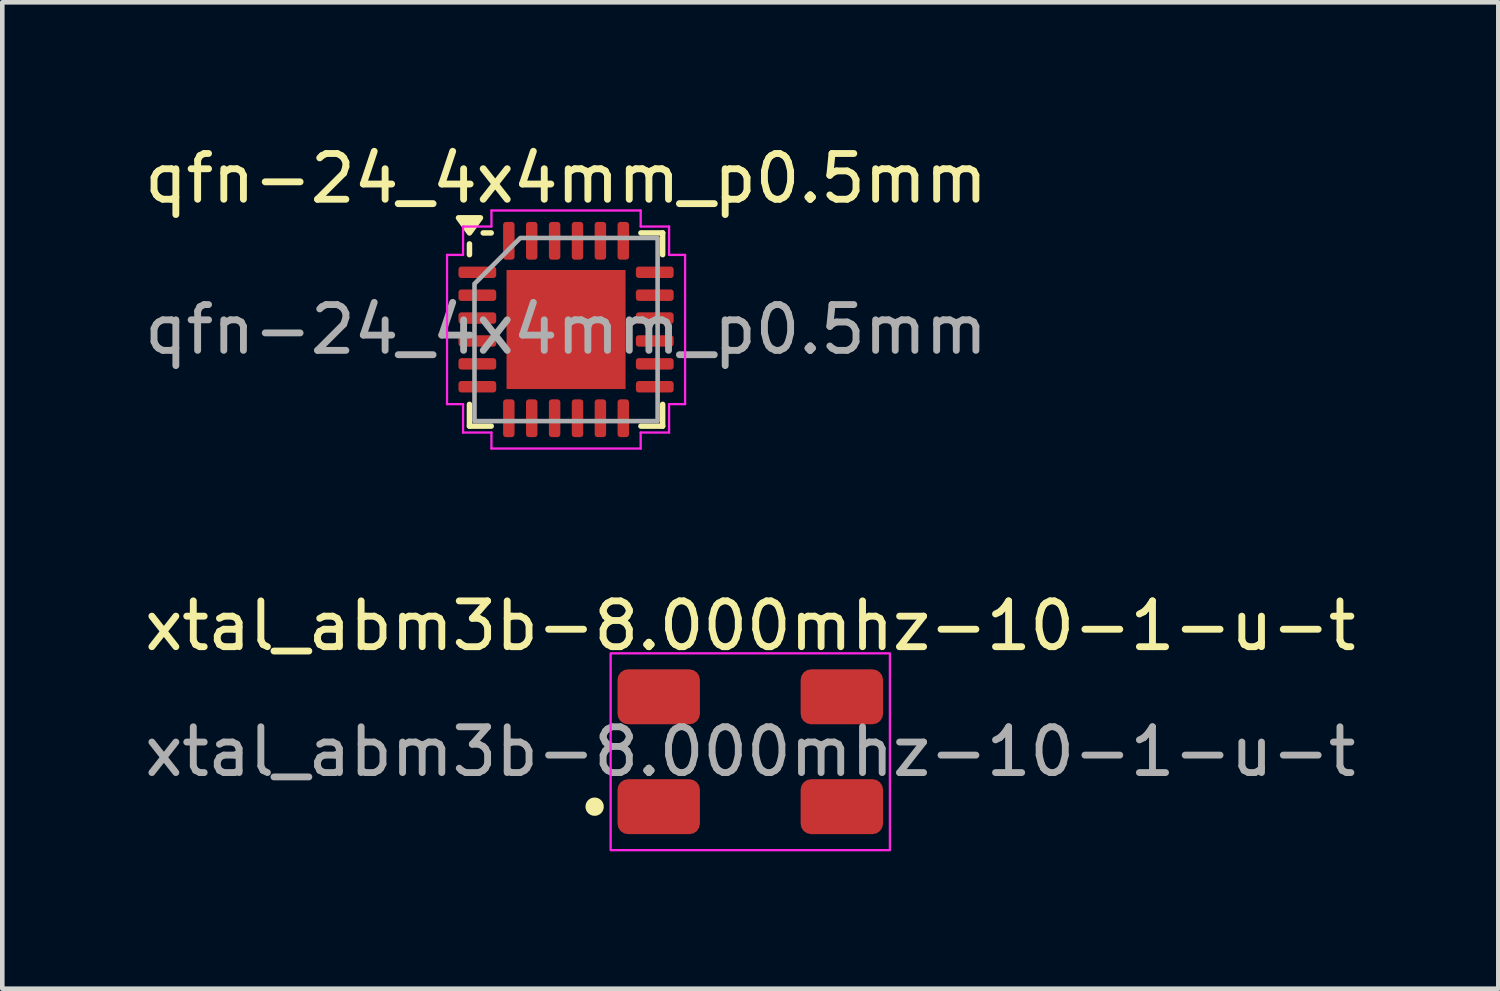
<source format=kicad_pcb>
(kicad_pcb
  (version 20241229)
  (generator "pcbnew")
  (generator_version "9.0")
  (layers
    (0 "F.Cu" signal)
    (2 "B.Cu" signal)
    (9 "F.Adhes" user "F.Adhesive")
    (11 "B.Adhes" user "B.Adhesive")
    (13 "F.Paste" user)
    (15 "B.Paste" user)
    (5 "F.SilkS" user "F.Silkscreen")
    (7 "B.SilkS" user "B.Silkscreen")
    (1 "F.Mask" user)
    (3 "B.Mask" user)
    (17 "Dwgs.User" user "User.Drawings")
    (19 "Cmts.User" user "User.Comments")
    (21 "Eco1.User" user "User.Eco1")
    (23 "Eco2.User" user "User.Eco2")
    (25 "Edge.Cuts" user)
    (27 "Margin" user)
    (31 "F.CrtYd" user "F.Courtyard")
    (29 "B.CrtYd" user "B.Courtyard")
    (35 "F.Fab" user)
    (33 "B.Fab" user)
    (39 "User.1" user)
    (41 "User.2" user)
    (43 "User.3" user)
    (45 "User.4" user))
  (footprint "xtal_abm3b-8.000mhz-10-1-u-t"
    (layer "F.Cu")
    (at 13.339 13.371)
    (property "Reference" "xtal_abm3b-8.000mhz-10-1-u-t" (at 0 -2.75 0) (layer "F.SilkS") (effects (font (size 1 1) (thickness 0.15))))
    (attr smd)
    (fp_circle (center -3.4 1.2) (end -3.2 1.2) (stroke (width 0) (type solid)) (fill yes) (layer "F.SilkS"))
    (fp_rect (start -3.05 -2.15) (end 3.05 2.15) (stroke (width 0.05) (type default)) (fill no) (layer "F.CrtYd"))
    (fp_text user "${REFERENCE}" (at 0 0 0) (layer "F.Fab") (effects (font (size 1 1) (thickness 0.15))))
    (pad "1" smd roundrect (at -2 1.2) (size 1.8 1.2) (layers "F.Cu" "F.Mask" "F.Paste") (roundrect_rratio 0.192))
    (pad "2" smd roundrect (at 2 1.2) (size 1.8 1.2) (layers "F.Cu" "F.Mask" "F.Paste") (roundrect_rratio 0.192))
    (pad "3" smd roundrect (at 2 -1.2) (size 1.8 1.2) (layers "F.Cu" "F.Mask" "F.Paste") (roundrect_rratio 0.192))
    (pad "4" smd roundrect (at -2 -1.2) (size 1.8 1.2) (layers "F.Cu" "F.Mask" "F.Paste") (roundrect_rratio 0.192)))
  (footprint "qfn-24_4x4mm_p0.5mm"
    (layer "F.Cu")
    (at 9.315 4.148)
    (property "Reference" "qfn-24_4x4mm_p0.5mm" (at 0 -3.3 0) (layer "F.SilkS") (effects (font (size 1 1) (thickness 0.15))))
    (attr smd)
    (fp_line (start -2.11 -1.635) (end -2.11 -1.87) (stroke (width 0.12) (type solid)) (layer "F.SilkS"))
    (fp_line (start -2.11 2.11) (end -2.11 1.635) (stroke (width 0.12) (type solid)) (layer "F.SilkS"))
    (fp_line (start -1.635 -2.11) (end -1.81 -2.11) (stroke (width 0.12) (type solid)) (layer "F.SilkS"))
    (fp_line (start -1.635 2.11) (end -2.11 2.11) (stroke (width 0.12) (type solid)) (layer "F.SilkS"))
    (fp_line (start 1.635 -2.11) (end 2.11 -2.11) (stroke (width 0.12) (type solid)) (layer "F.SilkS"))
    (fp_line (start 1.635 2.11) (end 2.11 2.11) (stroke (width 0.12) (type solid)) (layer "F.SilkS"))
    (fp_line (start 2.11 -2.11) (end 2.11 -1.635) (stroke (width 0.12) (type solid)) (layer "F.SilkS"))
    (fp_line (start 2.11 2.11) (end 2.11 1.635) (stroke (width 0.12) (type solid)) (layer "F.SilkS"))
    (fp_poly (pts (xy -2.11 -2.11) (xy -2.35 -2.44) (xy -1.87 -2.44)) (stroke (width 0.12) (type solid)) (fill yes) (layer "F.SilkS"))
    (fp_line (start -2.6 -1.63) (end -2.25 -1.63) (stroke (width 0.05) (type solid)) (layer "F.CrtYd"))
    (fp_line (start -2.6 1.63) (end -2.6 -1.63) (stroke (width 0.05) (type solid)) (layer "F.CrtYd"))
    (fp_line (start -2.25 -2.25) (end -1.63 -2.25) (stroke (width 0.05) (type solid)) (layer "F.CrtYd"))
    (fp_line (start -2.25 -1.63) (end -2.25 -2.25) (stroke (width 0.05) (type solid)) (layer "F.CrtYd"))
    (fp_line (start -2.25 1.63) (end -2.6 1.63) (stroke (width 0.05) (type solid)) (layer "F.CrtYd"))
    (fp_line (start -2.25 2.25) (end -2.25 1.63) (stroke (width 0.05) (type solid)) (layer "F.CrtYd"))
    (fp_line (start -1.63 -2.6) (end 1.63 -2.6) (stroke (width 0.05) (type solid)) (layer "F.CrtYd"))
    (fp_line (start -1.63 -2.25) (end -1.63 -2.6) (stroke (width 0.05) (type solid)) (layer "F.CrtYd"))
    (fp_line (start -1.63 2.25) (end -2.25 2.25) (stroke (width 0.05) (type solid)) (layer "F.CrtYd"))
    (fp_line (start -1.63 2.6) (end -1.63 2.25) (stroke (width 0.05) (type solid)) (layer "F.CrtYd"))
    (fp_line (start 1.63 -2.6) (end 1.63 -2.25) (stroke (width 0.05) (type solid)) (layer "F.CrtYd"))
    (fp_line (start 1.63 -2.25) (end 2.25 -2.25) (stroke (width 0.05) (type solid)) (layer "F.CrtYd"))
    (fp_line (start 1.63 2.25) (end 1.63 2.6) (stroke (width 0.05) (type solid)) (layer "F.CrtYd"))
    (fp_line (start 1.63 2.6) (end -1.63 2.6) (stroke (width 0.05) (type solid)) (layer "F.CrtYd"))
    (fp_line (start 2.25 -2.25) (end 2.25 -1.63) (stroke (width 0.05) (type solid)) (layer "F.CrtYd"))
    (fp_line (start 2.25 -1.63) (end 2.6 -1.63) (stroke (width 0.05) (type solid)) (layer "F.CrtYd"))
    (fp_line (start 2.25 1.63) (end 2.25 2.25) (stroke (width 0.05) (type solid)) (layer "F.CrtYd"))
    (fp_line (start 2.25 2.25) (end 1.63 2.25) (stroke (width 0.05) (type solid)) (layer "F.CrtYd"))
    (fp_line (start 2.6 -1.63) (end 2.6 1.63) (stroke (width 0.05) (type solid)) (layer "F.CrtYd"))
    (fp_line (start 2.6 1.63) (end 2.25 1.63) (stroke (width 0.05) (type solid)) (layer "F.CrtYd"))
    (fp_poly (pts (xy -2 -1) (xy -2 2) (xy 2 2) (xy 2 -2) (xy -1 -2)) (stroke (width 0.1) (type solid)) (fill no) (layer "F.Fab"))
    (fp_text user "${REFERENCE}" (at 0 0 0) (layer "F.Fab") (effects (font (size 1 1) (thickness 0.15))))
    (pad "" smd roundrect (at -0.65 -0.65) (size 1.05 1.05) (layers "F.Paste") (roundrect_rratio 0.238))
    (pad "" smd roundrect (at -0.65 0.65) (size 1.05 1.05) (layers "F.Paste") (roundrect_rratio 0.238))
    (pad "" smd roundrect (at 0.65 -0.65) (size 1.05 1.05) (layers "F.Paste") (roundrect_rratio 0.238))
    (pad "" smd roundrect (at 0.65 0.65) (size 1.05 1.05) (layers "F.Paste") (roundrect_rratio 0.238))
    (pad "1" smd roundrect (at -1.938 -1.25) (size 0.825 0.25) (layers "F.Cu" "F.Mask" "F.Paste") (roundrect_rratio 0.25))
    (pad "2" smd roundrect (at -1.938 -0.75) (size 0.825 0.25) (layers "F.Cu" "F.Mask" "F.Paste") (roundrect_rratio 0.25))
    (pad "3" smd roundrect (at -1.938 -0.25) (size 0.825 0.25) (layers "F.Cu" "F.Mask" "F.Paste") (roundrect_rratio 0.25))
    (pad "4" smd roundrect (at -1.938 0.25) (size 0.825 0.25) (layers "F.Cu" "F.Mask" "F.Paste") (roundrect_rratio 0.25))
    (pad "5" smd roundrect (at -1.938 0.75) (size 0.825 0.25) (layers "F.Cu" "F.Mask" "F.Paste") (roundrect_rratio 0.25))
    (pad "6" smd roundrect (at -1.938 1.25) (size 0.825 0.25) (layers "F.Cu" "F.Mask" "F.Paste") (roundrect_rratio 0.25))
    (pad "7" smd roundrect (at -1.25 1.938) (size 0.25 0.825) (layers "F.Cu" "F.Mask" "F.Paste") (roundrect_rratio 0.25))
    (pad "8" smd roundrect (at -0.75 1.938) (size 0.25 0.825) (layers "F.Cu" "F.Mask" "F.Paste") (roundrect_rratio 0.25))
    (pad "9" smd roundrect (at -0.25 1.938) (size 0.25 0.825) (layers "F.Cu" "F.Mask" "F.Paste") (roundrect_rratio 0.25))
    (pad "10" smd roundrect (at 0.25 1.938) (size 0.25 0.825) (layers "F.Cu" "F.Mask" "F.Paste") (roundrect_rratio 0.25))
    (pad "11" smd roundrect (at 0.75 1.938) (size 0.25 0.825) (layers "F.Cu" "F.Mask" "F.Paste") (roundrect_rratio 0.25))
    (pad "12" smd roundrect (at 1.25 1.938) (size 0.25 0.825) (layers "F.Cu" "F.Mask" "F.Paste") (roundrect_rratio 0.25))
    (pad "13" smd roundrect (at 1.938 1.25) (size 0.825 0.25) (layers "F.Cu" "F.Mask" "F.Paste") (roundrect_rratio 0.25))
    (pad "14" smd roundrect (at 1.938 0.75) (size 0.825 0.25) (layers "F.Cu" "F.Mask" "F.Paste") (roundrect_rratio 0.25))
    (pad "15" smd roundrect (at 1.938 0.25) (size 0.825 0.25) (layers "F.Cu" "F.Mask" "F.Paste") (roundrect_rratio 0.25))
    (pad "16" smd roundrect (at 1.938 -0.25) (size 0.825 0.25) (layers "F.Cu" "F.Mask" "F.Paste") (roundrect_rratio 0.25))
    (pad "17" smd roundrect (at 1.938 -0.75) (size 0.825 0.25) (layers "F.Cu" "F.Mask" "F.Paste") (roundrect_rratio 0.25))
    (pad "18" smd roundrect (at 1.938 -1.25) (size 0.825 0.25) (layers "F.Cu" "F.Mask" "F.Paste") (roundrect_rratio 0.25))
    (pad "19" smd roundrect (at 1.25 -1.938) (size 0.25 0.825) (layers "F.Cu" "F.Mask" "F.Paste") (roundrect_rratio 0.25))
    (pad "20" smd roundrect (at 0.75 -1.938) (size 0.25 0.825) (layers "F.Cu" "F.Mask" "F.Paste") (roundrect_rratio 0.25))
    (pad "21" smd roundrect (at 0.25 -1.938) (size 0.25 0.825) (layers "F.Cu" "F.Mask" "F.Paste") (roundrect_rratio 0.25))
    (pad "22" smd roundrect (at -0.25 -1.938) (size 0.25 0.825) (layers "F.Cu" "F.Mask" "F.Paste") (roundrect_rratio 0.25))
    (pad "23" smd roundrect (at -0.75 -1.938) (size 0.25 0.825) (layers "F.Cu" "F.Mask" "F.Paste") (roundrect_rratio 0.25))
    (pad "24" smd roundrect (at -1.25 -1.938) (size 0.25 0.825) (layers "F.Cu" "F.Mask" "F.Paste") (roundrect_rratio 0.25))
    (pad "25" smd rect (at 0 0) (size 2.6 2.6) (property pad_prop_heatsink) (layers "F.Cu" "F.Mask")))
  (gr_rect
    (start -3 -3)
    (end 29.679 18.547)
    (stroke (width 0.1) (type default))
    (fill no)
    (layer "Edge.Cuts")))
</source>
